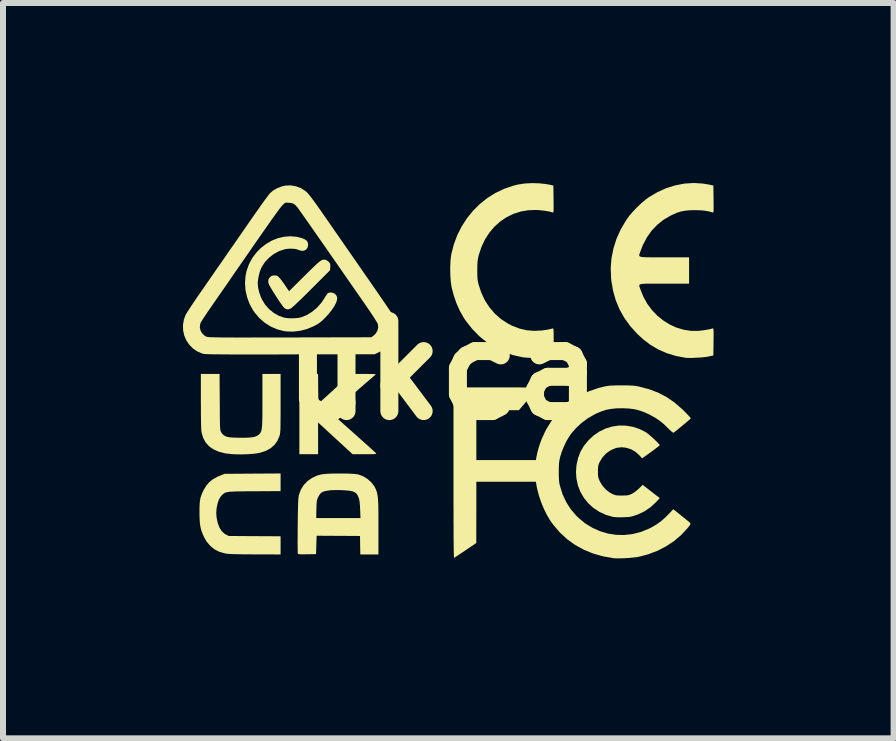
<source format=kicad_pcb>
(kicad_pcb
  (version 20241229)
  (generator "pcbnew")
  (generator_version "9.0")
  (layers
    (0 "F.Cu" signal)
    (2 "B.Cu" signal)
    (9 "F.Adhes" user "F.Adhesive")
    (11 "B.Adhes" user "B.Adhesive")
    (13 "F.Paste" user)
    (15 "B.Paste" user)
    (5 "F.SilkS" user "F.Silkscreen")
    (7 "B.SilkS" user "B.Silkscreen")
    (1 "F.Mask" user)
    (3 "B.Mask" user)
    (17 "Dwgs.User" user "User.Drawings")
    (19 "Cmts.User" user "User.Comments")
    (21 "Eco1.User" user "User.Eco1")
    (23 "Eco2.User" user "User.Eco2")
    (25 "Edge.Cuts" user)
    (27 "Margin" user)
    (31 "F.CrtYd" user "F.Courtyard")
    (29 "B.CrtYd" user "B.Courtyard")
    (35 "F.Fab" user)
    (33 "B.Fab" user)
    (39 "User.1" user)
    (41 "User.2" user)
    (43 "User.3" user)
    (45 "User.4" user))
  (footprint "ukca"
    (layer "F.Cu")
    (at 4.333 3.124)
    (property "Reference" "ukca" (at 0 0 0) (layer "F.SilkS") (effects (font (size 1.5 1.5) (thickness 0.3))))
    (attr board_only exclude_from_pos_files exclude_from_bom)
    (fp_poly (pts (xy -1.965 -1.844) (xy -1.954 -1.842) (xy -1.929 -1.83) (xy -1.903 -1.809) (xy -1.899 -1.805) (xy -1.884 -1.784) (xy -1.877 -1.763) (xy -1.877 -1.734) (xy -1.878 -1.721) (xy -1.882 -1.669) (xy -2.194 -1.357) (xy -2.259 -1.292) (xy -2.321 -1.231) (xy -2.379 -1.175) (xy -2.429 -1.127) (xy -2.472 -1.086) (xy -2.506 -1.056) (xy -2.528 -1.037) (xy -2.537 -1.031) (xy -2.579 -1.017) (xy -2.615 -1.022) (xy -2.647 -1.043) (xy -2.661 -1.059) (xy -2.683 -1.089) (xy -2.712 -1.13) (xy -2.745 -1.178) (xy -2.78 -1.233) (xy -2.794 -1.255) (xy -2.833 -1.316) (xy -2.862 -1.364) (xy -2.883 -1.4) (xy -2.897 -1.427) (xy -2.906 -1.448) (xy -2.91 -1.465) (xy -2.911 -1.481) (xy -2.911 -1.483) (xy -2.908 -1.516) (xy -2.895 -1.54) (xy -2.883 -1.554) (xy -2.86 -1.573) (xy -2.835 -1.581) (xy -2.808 -1.583) (xy -2.778 -1.581) (xy -2.757 -1.573) (xy -2.735 -1.554) (xy -2.727 -1.545) (xy -2.706 -1.522) (xy -2.68 -1.487) (xy -2.65 -1.446) (xy -2.628 -1.414) (xy -2.565 -1.32) (xy -2.306 -1.577) (xy -2.236 -1.646) (xy -2.178 -1.703) (xy -2.13 -1.749) (xy -2.092 -1.784) (xy -2.061 -1.81) (xy -2.037 -1.828) (xy -2.016 -1.839) (xy -1.999 -1.845) (xy -1.982 -1.846)) (stroke (width 0) (type solid)) (fill yes) (layer "F.SilkS"))
    (fp_poly (pts (xy -2.706 1.865) (xy -2.706 2.012) (xy -3.143 2.015) (xy -3.251 2.015) (xy -3.341 2.016) (xy -3.415 2.017) (xy -3.475 2.019) (xy -3.523 2.021) (xy -3.561 2.024) (xy -3.591 2.028) (xy -3.613 2.033) (xy -3.632 2.04) (xy -3.647 2.049) (xy -3.662 2.06) (xy -3.677 2.073) (xy -3.68 2.075) (xy -3.712 2.113) (xy -3.739 2.165) (xy -3.759 2.229) (xy -3.773 2.299) (xy -3.778 2.373) (xy -3.774 2.445) (xy -3.773 2.45) (xy -3.754 2.543) (xy -3.725 2.62) (xy -3.687 2.68) (xy -3.64 2.723) (xy -3.618 2.736) (xy -3.571 2.76) (xy -3.138 2.763) (xy -2.706 2.765) (xy -2.706 2.916) (xy -2.706 3.068) (xy -3.129 3.067) (xy -3.242 3.066) (xy -3.338 3.066) (xy -3.417 3.064) (xy -3.482 3.063) (xy -3.535 3.061) (xy -3.576 3.058) (xy -3.608 3.055) (xy -3.628 3.052) (xy -3.723 3.026) (xy -3.807 2.983) (xy -3.879 2.925) (xy -3.941 2.851) (xy -3.98 2.782) (xy -4.006 2.725) (xy -4.026 2.671) (xy -4.04 2.617) (xy -4.05 2.558) (xy -4.055 2.489) (xy -4.058 2.407) (xy -4.058 2.374) (xy -4.058 2.293) (xy -4.055 2.227) (xy -4.05 2.173) (xy -4.041 2.125) (xy -4.027 2.081) (xy -4.009 2.036) (xy -3.989 1.995) (xy -3.946 1.923) (xy -3.895 1.863) (xy -3.832 1.813) (xy -3.755 1.771) (xy -3.704 1.75) (xy -3.639 1.724) (xy -3.173 1.721) (xy -2.706 1.718)) (stroke (width 0) (type solid)) (fill yes) (layer "F.SilkS"))
    (fp_poly (pts (xy -2.079 0.307) (xy -2.076 0.554) (xy -1.804 0.307) (xy -1.532 0.059) (xy -1.321 0.059) (xy -1.251 0.059) (xy -1.199 0.06) (xy -1.163 0.06) (xy -1.139 0.062) (xy -1.126 0.064) (xy -1.122 0.068) (xy -1.124 0.072) (xy -1.129 0.076) (xy -1.157 0.1) (xy -1.195 0.133) (xy -1.242 0.173) (xy -1.295 0.219) (xy -1.354 0.27) (xy -1.416 0.324) (xy -1.48 0.38) (xy -1.544 0.435) (xy -1.607 0.49) (xy -1.666 0.541) (xy -1.72 0.588) (xy -1.767 0.63) (xy -1.806 0.664) (xy -1.835 0.689) (xy -1.852 0.705) (xy -1.856 0.709) (xy -1.853 0.713) (xy -1.842 0.724) (xy -1.823 0.742) (xy -1.796 0.768) (xy -1.758 0.802) (xy -1.71 0.846) (xy -1.65 0.9) (xy -1.577 0.965) (xy -1.492 1.041) (xy -1.441 1.086) (xy -1.374 1.146) (xy -1.312 1.202) (xy -1.255 1.252) (xy -1.206 1.297) (xy -1.166 1.333) (xy -1.136 1.36) (xy -1.119 1.377) (xy -1.115 1.381) (xy -1.112 1.386) (xy -1.114 1.39) (xy -1.123 1.393) (xy -1.143 1.395) (xy -1.174 1.396) (xy -1.22 1.397) (xy -1.282 1.397) (xy -1.304 1.397) (xy -1.506 1.397) (xy -1.668 1.248) (xy -1.726 1.195) (xy -1.788 1.138) (xy -1.85 1.081) (xy -1.907 1.029) (xy -1.955 0.984) (xy -1.956 0.983) (xy -2.081 0.868) (xy -2.081 1.132) (xy -2.081 1.397) (xy -2.237 1.397) (xy -2.393 1.397) (xy -2.393 0.728) (xy -2.393 0.059) (xy -2.237 0.059) (xy -2.081 0.059)) (stroke (width 0) (type solid)) (fill yes) (layer "F.SilkS"))
    (fp_poly (pts (xy -3.72 0.525) (xy -3.719 0.633) (xy -3.719 0.722) (xy -3.718 0.796) (xy -3.717 0.856) (xy -3.716 0.903) (xy -3.715 0.939) (xy -3.713 0.967) (xy -3.71 0.988) (xy -3.708 1.003) (xy -3.704 1.014) (xy -3.7 1.024) (xy -3.696 1.032) (xy -3.67 1.067) (xy -3.633 1.093) (xy -3.627 1.095) (xy -3.608 1.104) (xy -3.589 1.11) (xy -3.566 1.114) (xy -3.535 1.117) (xy -3.494 1.12) (xy -3.438 1.121) (xy -3.41 1.122) (xy -3.32 1.123) (xy -3.247 1.121) (xy -3.188 1.116) (xy -3.143 1.108) (xy -3.107 1.095) (xy -3.08 1.079) (xy -3.072 1.073) (xy -3.058 1.06) (xy -3.046 1.047) (xy -3.037 1.031) (xy -3.029 1.012) (xy -3.023 0.987) (xy -3.018 0.955) (xy -3.014 0.914) (xy -3.012 0.862) (xy -3.01 0.798) (xy -3.009 0.719) (xy -3.009 0.625) (xy -3.009 0.512) (xy -3.009 0.501) (xy -3.009 0.059) (xy -2.857 0.059) (xy -2.706 0.059) (xy -2.706 0.546) (xy -2.706 0.657) (xy -2.706 0.75) (xy -2.707 0.827) (xy -2.707 0.89) (xy -2.708 0.941) (xy -2.709 0.981) (xy -2.711 1.013) (xy -2.713 1.037) (xy -2.716 1.057) (xy -2.719 1.074) (xy -2.723 1.089) (xy -2.726 1.097) (xy -2.76 1.176) (xy -2.809 1.243) (xy -2.874 1.299) (xy -2.953 1.342) (xy -3.045 1.372) (xy -3.09 1.381) (xy -3.166 1.391) (xy -3.255 1.397) (xy -3.351 1.4) (xy -3.449 1.399) (xy -3.517 1.396) (xy -3.634 1.382) (xy -3.737 1.355) (xy -3.824 1.316) (xy -3.897 1.266) (xy -3.954 1.203) (xy -3.995 1.128) (xy -4.02 1.048) (xy -4.024 1.028) (xy -4.027 1.001) (xy -4.029 0.966) (xy -4.031 0.921) (xy -4.032 0.865) (xy -4.033 0.796) (xy -4.034 0.712) (xy -4.034 0.612) (xy -4.035 0.52) (xy -4.035 0.059) (xy -3.879 0.059) (xy -3.723 0.059)) (stroke (width 0) (type solid)) (fill yes) (layer "F.SilkS"))
    (fp_poly (pts (xy -2.439 -2.227) (xy -2.361 -2.208) (xy -2.309 -2.188) (xy -2.274 -2.165) (xy -2.254 -2.136) (xy -2.247 -2.1) (xy -2.247 -2.094) (xy -2.255 -2.05) (xy -2.277 -2.017) (xy -2.309 -1.997) (xy -2.349 -1.992) (xy -2.394 -2.003) (xy -2.403 -2.007) (xy -2.443 -2.021) (xy -2.495 -2.028) (xy -2.553 -2.029) (xy -2.611 -2.024) (xy -2.64 -2.018) (xy -2.733 -1.987) (xy -2.821 -1.939) (xy -2.9 -1.877) (xy -2.968 -1.804) (xy -3.021 -1.721) (xy -3.037 -1.687) (xy -3.053 -1.642) (xy -3.068 -1.586) (xy -3.079 -1.528) (xy -3.086 -1.475) (xy -3.087 -1.452) (xy -3.081 -1.381) (xy -3.063 -1.302) (xy -3.035 -1.223) (xy -3.016 -1.182) (xy -2.965 -1.098) (xy -2.899 -1.023) (xy -2.823 -0.96) (xy -2.739 -0.912) (xy -2.65 -0.88) (xy -2.643 -0.879) (xy -2.591 -0.871) (xy -2.528 -0.868) (xy -2.464 -0.87) (xy -2.405 -0.876) (xy -2.367 -0.884) (xy -2.272 -0.921) (xy -2.182 -0.976) (xy -2.099 -1.045) (xy -2.027 -1.126) (xy -1.978 -1.2) (xy -1.956 -1.236) (xy -1.935 -1.266) (xy -1.919 -1.286) (xy -1.914 -1.29) (xy -1.876 -1.3) (xy -1.837 -1.294) (xy -1.801 -1.276) (xy -1.774 -1.246) (xy -1.763 -1.216) (xy -1.764 -1.179) (xy -1.779 -1.131) (xy -1.807 -1.076) (xy -1.846 -1.016) (xy -1.895 -0.953) (xy -1.951 -0.89) (xy -1.968 -0.873) (xy -2.01 -0.832) (xy -2.045 -0.802) (xy -2.08 -0.777) (xy -2.119 -0.755) (xy -2.159 -0.734) (xy -2.27 -0.688) (xy -2.385 -0.659) (xy -2.501 -0.646) (xy -2.614 -0.65) (xy -2.647 -0.655) (xy -2.762 -0.684) (xy -2.871 -0.731) (xy -2.971 -0.795) (xy -3.062 -0.874) (xy -3.141 -0.968) (xy -3.165 -1.002) (xy -3.223 -1.108) (xy -3.265 -1.221) (xy -3.291 -1.339) (xy -3.299 -1.459) (xy -3.29 -1.577) (xy -3.272 -1.661) (xy -3.233 -1.77) (xy -3.179 -1.871) (xy -3.112 -1.961) (xy -3.034 -2.041) (xy -2.947 -2.108) (xy -2.853 -2.163) (xy -2.754 -2.203) (xy -2.65 -2.227) (xy -2.545 -2.236)) (stroke (width 0) (type solid)) (fill yes) (layer "F.SilkS"))
    (fp_poly (pts (xy 3.051 0.921) (xy 3.166 0.94) (xy 3.279 0.978) (xy 3.378 1.027) (xy 3.401 1.043) (xy 3.432 1.068) (xy 3.468 1.099) (xy 3.505 1.132) (xy 3.541 1.166) (xy 3.573 1.197) (xy 3.597 1.223) (xy 3.612 1.241) (xy 3.614 1.247) (xy 3.606 1.255) (xy 3.585 1.273) (xy 3.553 1.297) (xy 3.513 1.328) (xy 3.467 1.361) (xy 3.321 1.466) (xy 3.271 1.412) (xy 3.208 1.356) (xy 3.136 1.315) (xy 3.059 1.29) (xy 2.979 1.281) (xy 2.9 1.29) (xy 2.876 1.297) (xy 2.792 1.333) (xy 2.719 1.386) (xy 2.657 1.453) (xy 2.61 1.531) (xy 2.598 1.561) (xy 2.59 1.587) (xy 2.586 1.618) (xy 2.584 1.658) (xy 2.584 1.685) (xy 2.584 1.732) (xy 2.587 1.766) (xy 2.593 1.793) (xy 2.603 1.821) (xy 2.615 1.849) (xy 2.659 1.923) (xy 2.717 1.987) (xy 2.783 2.038) (xy 2.813 2.054) (xy 2.842 2.068) (xy 2.867 2.077) (xy 2.892 2.083) (xy 2.924 2.085) (xy 2.967 2.086) (xy 2.984 2.086) (xy 3.033 2.085) (xy 3.069 2.083) (xy 3.095 2.079) (xy 3.119 2.071) (xy 3.146 2.059) (xy 3.15 2.057) (xy 3.189 2.034) (xy 3.233 2) (xy 3.268 1.969) (xy 3.329 1.908) (xy 3.472 2.018) (xy 3.615 2.129) (xy 3.55 2.198) (xy 3.461 2.28) (xy 3.361 2.348) (xy 3.255 2.399) (xy 3.219 2.412) (xy 3.173 2.427) (xy 3.136 2.437) (xy 3.099 2.443) (xy 3.056 2.446) (xy 3.001 2.448) (xy 2.999 2.448) (xy 2.948 2.449) (xy 2.899 2.448) (xy 2.859 2.445) (xy 2.834 2.442) (xy 2.716 2.408) (xy 2.608 2.358) (xy 2.51 2.294) (xy 2.424 2.216) (xy 2.352 2.128) (xy 2.294 2.029) (xy 2.251 1.921) (xy 2.226 1.807) (xy 2.218 1.698) (xy 2.226 1.58) (xy 2.251 1.466) (xy 2.291 1.359) (xy 2.346 1.264) (xy 2.346 1.263) (xy 2.425 1.166) (xy 2.513 1.084) (xy 2.61 1.018) (xy 2.715 0.968) (xy 2.824 0.935) (xy 2.937 0.919)) (stroke (width 0) (type solid)) (fill yes) (layer "F.SilkS"))
    (fp_poly (pts (xy -1.655 1.719) (xy -1.583 1.72) (xy -1.519 1.723) (xy -1.465 1.727) (xy -1.425 1.732) (xy -1.412 1.734) (xy -1.332 1.764) (xy -1.258 1.809) (xy -1.194 1.866) (xy -1.144 1.931) (xy -1.13 1.957) (xy -1.118 1.983) (xy -1.108 2.008) (xy -1.099 2.035) (xy -1.093 2.064) (xy -1.087 2.098) (xy -1.083 2.139) (xy -1.08 2.189) (xy -1.077 2.249) (xy -1.076 2.322) (xy -1.075 2.408) (xy -1.075 2.511) (xy -1.075 2.609) (xy -1.075 3.068) (xy -1.226 3.068) (xy -1.377 3.068) (xy -1.38 2.914) (xy -1.382 2.76) (xy -1.744 2.758) (xy -2.105 2.756) (xy -2.11 2.909) (xy -2.115 3.063) (xy -2.264 3.065) (xy -2.323 3.066) (xy -2.364 3.066) (xy -2.392 3.064) (xy -2.408 3.061) (xy -2.417 3.057) (xy -2.419 3.053) (xy -2.42 3.041) (xy -2.421 3.011) (xy -2.421 2.965) (xy -2.422 2.906) (xy -2.422 2.836) (xy -2.421 2.755) (xy -2.421 2.668) (xy -2.42 2.587) (xy -2.419 2.477) (xy -2.419 2.462) (xy -2.112 2.462) (xy -1.743 2.462) (xy -1.374 2.462) (xy -1.38 2.318) (xy -1.383 2.254) (xy -1.387 2.205) (xy -1.393 2.167) (xy -1.4 2.136) (xy -1.406 2.119) (xy -1.424 2.078) (xy -1.444 2.05) (xy -1.471 2.031) (xy -1.505 2.017) (xy -1.538 2.009) (xy -1.587 2.003) (xy -1.646 1.998) (xy -1.71 1.995) (xy -1.776 1.995) (xy -1.838 1.996) (xy -1.892 2) (xy -1.899 2.001) (xy -1.956 2.01) (xy -1.998 2.022) (xy -2.029 2.04) (xy -2.053 2.066) (xy -2.074 2.102) (xy -2.076 2.105) (xy -2.087 2.129) (xy -2.095 2.149) (xy -2.101 2.171) (xy -2.104 2.199) (xy -2.106 2.236) (xy -2.108 2.287) (xy -2.109 2.313) (xy -2.112 2.462) (xy -2.419 2.462) (xy -2.418 2.385) (xy -2.416 2.309) (xy -2.415 2.246) (xy -2.413 2.196) (xy -2.411 2.157) (xy -2.408 2.125) (xy -2.405 2.101) (xy -2.402 2.081) (xy -2.399 2.071) (xy -2.367 1.986) (xy -2.319 1.91) (xy -2.257 1.844) (xy -2.181 1.792) (xy -2.094 1.752) (xy -2.027 1.734) (xy -1.99 1.729) (xy -1.938 1.724) (xy -1.875 1.721) (xy -1.805 1.719) (xy -1.73 1.719)) (stroke (width 0) (type solid)) (fill yes) (layer "F.SilkS"))
    (fp_poly (pts (xy 1.611 -3.118) (xy 1.733 -3.104) (xy 1.788 -3.093) (xy 1.841 -3.081) (xy 1.844 -2.853) (xy 1.845 -2.781) (xy 1.845 -2.726) (xy 1.845 -2.686) (xy 1.844 -2.659) (xy 1.842 -2.642) (xy 1.839 -2.634) (xy 1.834 -2.631) (xy 1.829 -2.632) (xy 1.787 -2.645) (xy 1.731 -2.656) (xy 1.665 -2.665) (xy 1.595 -2.672) (xy 1.558 -2.674) (xy 1.425 -2.67) (xy 1.296 -2.648) (xy 1.174 -2.609) (xy 1.06 -2.553) (xy 0.955 -2.482) (xy 0.859 -2.396) (xy 0.774 -2.296) (xy 0.702 -2.184) (xy 0.643 -2.06) (xy 0.598 -1.925) (xy 0.589 -1.885) (xy 0.582 -1.849) (xy 0.577 -1.811) (xy 0.574 -1.767) (xy 0.573 -1.71) (xy 0.573 -1.675) (xy 0.573 -1.612) (xy 0.574 -1.562) (xy 0.577 -1.523) (xy 0.582 -1.488) (xy 0.59 -1.453) (xy 0.594 -1.433) (xy 0.64 -1.294) (xy 0.701 -1.165) (xy 0.777 -1.049) (xy 0.866 -0.945) (xy 0.969 -0.855) (xy 1.084 -0.78) (xy 1.156 -0.743) (xy 1.276 -0.697) (xy 1.398 -0.669) (xy 1.525 -0.659) (xy 1.657 -0.666) (xy 1.744 -0.679) (xy 1.78 -0.687) (xy 1.811 -0.694) (xy 1.829 -0.699) (xy 1.829 -0.699) (xy 1.835 -0.7) (xy 1.839 -0.697) (xy 1.842 -0.687) (xy 1.844 -0.668) (xy 1.845 -0.639) (xy 1.846 -0.596) (xy 1.846 -0.537) (xy 1.846 -0.479) (xy 1.846 -0.403) (xy 1.845 -0.344) (xy 1.844 -0.301) (xy 1.841 -0.272) (xy 1.838 -0.255) (xy 1.834 -0.249) (xy 1.785 -0.235) (xy 1.722 -0.224) (xy 1.648 -0.215) (xy 1.569 -0.21) (xy 1.488 -0.209) (xy 1.412 -0.211) (xy 1.343 -0.217) (xy 1.325 -0.22) (xy 1.167 -0.255) (xy 1.015 -0.309) (xy 0.87 -0.38) (xy 0.733 -0.467) (xy 0.606 -0.57) (xy 0.49 -0.689) (xy 0.385 -0.821) (xy 0.347 -0.878) (xy 0.283 -0.99) (xy 0.227 -1.115) (xy 0.181 -1.247) (xy 0.146 -1.382) (xy 0.14 -1.412) (xy 0.131 -1.479) (xy 0.125 -1.559) (xy 0.122 -1.646) (xy 0.122 -1.735) (xy 0.126 -1.82) (xy 0.133 -1.894) (xy 0.14 -1.939) (xy 0.182 -2.101) (xy 0.24 -2.256) (xy 0.314 -2.402) (xy 0.402 -2.538) (xy 0.503 -2.662) (xy 0.617 -2.775) (xy 0.741 -2.874) (xy 0.876 -2.958) (xy 1.02 -3.026) (xy 1.171 -3.078) (xy 1.246 -3.097) (xy 1.36 -3.115) (xy 1.485 -3.122)) (stroke (width 0) (type solid)) (fill yes) (layer "F.SilkS"))
    (fp_poly (pts (xy 4.334 -3.114) (xy 4.425 -3.099) (xy 4.508 -3.082) (xy 4.511 -2.854) (xy 4.512 -2.782) (xy 4.512 -2.727) (xy 4.512 -2.687) (xy 4.511 -2.659) (xy 4.509 -2.642) (xy 4.506 -2.634) (xy 4.501 -2.631) (xy 4.496 -2.632) (xy 4.437 -2.649) (xy 4.38 -2.66) (xy 4.321 -2.667) (xy 4.254 -2.67) (xy 4.196 -2.671) (xy 4.11 -2.669) (xy 4.037 -2.662) (xy 3.972 -2.65) (xy 3.908 -2.63) (xy 3.84 -2.601) (xy 3.795 -2.58) (xy 3.678 -2.511) (xy 3.572 -2.427) (xy 3.479 -2.329) (xy 3.4 -2.217) (xy 3.335 -2.094) (xy 3.298 -2.001) (xy 3.288 -1.973) (xy 3.279 -1.95) (xy 3.274 -1.931) (xy 3.272 -1.917) (xy 3.277 -1.905) (xy 3.29 -1.897) (xy 3.312 -1.891) (xy 3.344 -1.888) (xy 3.389 -1.886) (xy 3.447 -1.885) (xy 3.521 -1.885) (xy 3.612 -1.885) (xy 3.688 -1.885) (xy 4.103 -1.885) (xy 4.103 -1.666) (xy 4.103 -1.446) (xy 3.688 -1.446) (xy 3.585 -1.446) (xy 3.499 -1.446) (xy 3.43 -1.446) (xy 3.376 -1.445) (xy 3.335 -1.443) (xy 3.306 -1.439) (xy 3.287 -1.434) (xy 3.276 -1.426) (xy 3.273 -1.415) (xy 3.274 -1.401) (xy 3.28 -1.384) (xy 3.288 -1.363) (xy 3.293 -1.347) (xy 3.343 -1.224) (xy 3.407 -1.109) (xy 3.485 -1.005) (xy 3.574 -0.912) (xy 3.673 -0.832) (xy 3.78 -0.765) (xy 3.894 -0.713) (xy 4.013 -0.678) (xy 4.135 -0.659) (xy 4.259 -0.659) (xy 4.264 -0.66) (xy 4.309 -0.664) (xy 4.359 -0.671) (xy 4.41 -0.68) (xy 4.454 -0.688) (xy 4.488 -0.697) (xy 4.499 -0.7) (xy 4.504 -0.7) (xy 4.507 -0.693) (xy 4.51 -0.678) (xy 4.511 -0.652) (xy 4.512 -0.614) (xy 4.512 -0.561) (xy 4.511 -0.491) (xy 4.511 -0.477) (xy 4.508 -0.249) (xy 4.43 -0.232) (xy 4.392 -0.225) (xy 4.34 -0.219) (xy 4.28 -0.214) (xy 4.216 -0.211) (xy 4.154 -0.208) (xy 4.099 -0.208) (xy 4.056 -0.209) (xy 4.04 -0.211) (xy 3.878 -0.242) (xy 3.729 -0.288) (xy 3.591 -0.348) (xy 3.461 -0.424) (xy 3.338 -0.518) (xy 3.238 -0.61) (xy 3.122 -0.739) (xy 3.024 -0.874) (xy 2.944 -1.017) (xy 2.881 -1.168) (xy 2.836 -1.328) (xy 2.807 -1.497) (xy 2.803 -1.539) (xy 2.797 -1.707) (xy 2.81 -1.873) (xy 2.843 -2.036) (xy 2.894 -2.196) (xy 2.965 -2.353) (xy 3.055 -2.505) (xy 3.059 -2.511) (xy 3.106 -2.576) (xy 3.166 -2.646) (xy 3.233 -2.716) (xy 3.303 -2.783) (xy 3.372 -2.842) (xy 3.434 -2.888) (xy 3.577 -2.972) (xy 3.724 -3.038) (xy 3.875 -3.085) (xy 4.027 -3.114) (xy 4.18 -3.124)) (stroke (width 0) (type solid)) (fill yes) (layer "F.SilkS"))
    (fp_poly (pts (xy 3.053 0.25) (xy 3.111 0.251) (xy 3.157 0.254) (xy 3.197 0.257) (xy 3.233 0.262) (xy 3.271 0.27) (xy 3.279 0.272) (xy 3.44 0.315) (xy 3.588 0.371) (xy 3.726 0.443) (xy 3.855 0.531) (xy 3.978 0.637) (xy 4.013 0.67) (xy 4.052 0.71) (xy 4.086 0.745) (xy 4.112 0.773) (xy 4.128 0.792) (xy 4.132 0.799) (xy 4.125 0.807) (xy 4.106 0.825) (xy 4.076 0.85) (xy 4.041 0.88) (xy 4.001 0.913) (xy 3.96 0.947) (xy 3.921 0.979) (xy 3.887 1.006) (xy 3.86 1.027) (xy 3.843 1.038) (xy 3.843 1.039) (xy 3.831 1.035) (xy 3.81 1.018) (xy 3.78 0.991) (xy 3.755 0.966) (xy 3.682 0.895) (xy 3.611 0.838) (xy 3.537 0.788) (xy 3.453 0.742) (xy 3.444 0.737) (xy 3.354 0.696) (xy 3.272 0.667) (xy 3.191 0.647) (xy 3.104 0.636) (xy 3.005 0.631) (xy 2.989 0.631) (xy 2.889 0.633) (xy 2.802 0.642) (xy 2.722 0.657) (xy 2.645 0.682) (xy 2.564 0.716) (xy 2.525 0.735) (xy 2.415 0.799) (xy 2.311 0.876) (xy 2.216 0.964) (xy 2.136 1.057) (xy 2.111 1.093) (xy 2.063 1.172) (xy 2.019 1.263) (xy 1.981 1.356) (xy 1.957 1.433) (xy 1.947 1.474) (xy 1.94 1.51) (xy 1.935 1.547) (xy 1.933 1.591) (xy 1.931 1.645) (xy 1.931 1.685) (xy 1.931 1.751) (xy 1.933 1.802) (xy 1.936 1.844) (xy 1.941 1.881) (xy 1.949 1.918) (xy 1.951 1.925) (xy 1.995 2.066) (xy 2.055 2.195) (xy 2.129 2.312) (xy 2.22 2.419) (xy 2.261 2.459) (xy 2.373 2.551) (xy 2.494 2.625) (xy 2.62 2.681) (xy 2.752 2.72) (xy 2.887 2.741) (xy 3.023 2.744) (xy 3.16 2.728) (xy 3.297 2.694) (xy 3.43 2.64) (xy 3.469 2.621) (xy 3.56 2.568) (xy 3.643 2.508) (xy 3.723 2.436) (xy 3.76 2.398) (xy 3.84 2.314) (xy 3.975 2.422) (xy 4.02 2.458) (xy 4.059 2.49) (xy 4.092 2.517) (xy 4.114 2.536) (xy 4.122 2.545) (xy 4.126 2.554) (xy 4.123 2.567) (xy 4.111 2.587) (xy 4.087 2.617) (xy 4.078 2.629) (xy 3.972 2.743) (xy 3.852 2.845) (xy 3.719 2.933) (xy 3.576 3.007) (xy 3.423 3.065) (xy 3.268 3.106) (xy 3.22 3.114) (xy 3.16 3.121) (xy 3.092 3.127) (xy 3.022 3.131) (xy 2.955 3.133) (xy 2.896 3.133) (xy 2.85 3.131) (xy 2.843 3.13) (xy 2.667 3.099) (xy 2.502 3.052) (xy 2.348 2.989) (xy 2.204 2.91) (xy 2.072 2.815) (xy 1.952 2.705) (xy 1.844 2.579) (xy 1.788 2.502) (xy 1.735 2.413) (xy 1.684 2.31) (xy 1.638 2.199) (xy 1.6 2.087) (xy 1.572 1.979) (xy 1.565 1.947) (xy 1.549 1.856) (xy 1.053 1.856) (xy 0.557 1.856) (xy 0.557 2.367) (xy 0.556 2.877) (xy 0.376 2.999) (xy 0.323 3.035) (xy 0.276 3.066) (xy 0.236 3.093) (xy 0.206 3.112) (xy 0.189 3.123) (xy 0.186 3.124) (xy 0.184 3.116) (xy 0.183 3.088) (xy 0.181 3.042) (xy 0.18 2.977) (xy 0.179 2.893) (xy 0.178 2.789) (xy 0.178 2.667) (xy 0.177 2.526) (xy 0.177 2.365) (xy 0.176 2.185) (xy 0.176 1.986) (xy 0.176 1.768) (xy 0.176 1.706) (xy 0.176 0.283) (xy 0.879 0.283) (xy 0.995 0.283) (xy 1.104 0.284) (xy 1.206 0.284) (xy 1.299 0.284) (xy 1.381 0.285) (xy 1.452 0.286) (xy 1.509 0.286) (xy 1.551 0.287) (xy 1.576 0.288) (xy 1.583 0.289) (xy 1.577 0.297) (xy 1.559 0.319) (xy 1.533 0.351) (xy 1.499 0.391) (xy 1.459 0.439) (xy 1.424 0.479) (xy 1.266 0.664) (xy 0.911 0.664) (xy 0.557 0.664) (xy 0.557 1.079) (xy 0.557 1.495) (xy 1.054 1.495) (xy 1.551 1.495) (xy 1.557 1.453) (xy 1.572 1.377) (xy 1.595 1.291) (xy 1.624 1.203) (xy 1.648 1.14) (xy 1.718 0.989) (xy 1.804 0.85) (xy 1.905 0.722) (xy 2.019 0.608) (xy 2.145 0.506) (xy 2.283 0.42) (xy 2.431 0.349) (xy 2.587 0.295) (xy 2.677 0.272) (xy 2.716 0.264) (xy 2.753 0.258) (xy 2.791 0.254) (xy 2.835 0.252) (xy 2.889 0.25) (xy 2.957 0.25) (xy 2.98 0.25)) (stroke (width 0) (type solid)) (fill yes) (layer "F.SilkS"))
    (fp_poly (pts (xy -2.453 -3.07) (xy -2.369 -3.039) (xy -2.294 -2.991) (xy -2.261 -2.963) (xy -2.244 -2.943) (xy -2.217 -2.91) (xy -2.183 -2.866) (xy -2.143 -2.812) (xy -2.099 -2.751) (xy -2.053 -2.685) (xy -2.023 -2.643) (xy -1.888 -2.449) (xy -1.764 -2.27) (xy -1.651 -2.107) (xy -1.547 -1.957) (xy -1.452 -1.821) (xy -1.367 -1.698) (xy -1.29 -1.586) (xy -1.22 -1.487) (xy -1.159 -1.397) (xy -1.104 -1.319) (xy -1.056 -1.249) (xy -1.015 -1.189) (xy -0.979 -1.136) (xy -0.948 -1.091) (xy -0.922 -1.053) (xy -0.901 -1.021) (xy -0.883 -0.995) (xy -0.869 -0.973) (xy -0.858 -0.956) (xy -0.85 -0.942) (xy -0.843 -0.931) (xy -0.839 -0.923) (xy -0.836 -0.916) (xy -0.833 -0.91) (xy -0.831 -0.904) (xy -0.829 -0.898) (xy -0.827 -0.894) (xy -0.813 -0.843) (xy -0.805 -0.78) (xy -0.802 -0.713) (xy -0.806 -0.649) (xy -0.815 -0.601) (xy -0.85 -0.51) (xy -0.898 -0.433) (xy -0.961 -0.369) (xy -1.038 -0.317) (xy -1.062 -0.305) (xy -1.138 -0.269) (xy -2.55 -0.267) (xy -2.744 -0.266) (xy -2.92 -0.266) (xy -3.078 -0.266) (xy -3.219 -0.266) (xy -3.345 -0.266) (xy -3.456 -0.266) (xy -3.554 -0.266) (xy -3.638 -0.267) (xy -3.711 -0.267) (xy -3.774 -0.268) (xy -3.826 -0.268) (xy -3.87 -0.269) (xy -3.906 -0.27) (xy -3.935 -0.271) (xy -3.958 -0.273) (xy -3.976 -0.274) (xy -3.99 -0.276) (xy -4.001 -0.278) (xy -4.011 -0.281) (xy -4.017 -0.283) (xy -4.1 -0.319) (xy -4.172 -0.37) (xy -4.232 -0.433) (xy -4.28 -0.505) (xy -4.313 -0.585) (xy -4.331 -0.67) (xy -4.332 -0.718) (xy -4.052 -0.718) (xy -4.041 -0.667) (xy -4.015 -0.62) (xy -3.977 -0.582) (xy -3.952 -0.567) (xy -3.947 -0.564) (xy -3.94 -0.561) (xy -3.932 -0.559) (xy -3.922 -0.557) (xy -3.908 -0.556) (xy -3.889 -0.554) (xy -3.865 -0.553) (xy -3.834 -0.552) (xy -3.796 -0.551) (xy -3.75 -0.55) (xy -3.694 -0.549) (xy -3.627 -0.549) (xy -3.549 -0.549) (xy -3.459 -0.548) (xy -3.355 -0.548) (xy -3.237 -0.548) (xy -3.104 -0.549) (xy -2.954 -0.549) (xy -2.787 -0.549) (xy -2.602 -0.549) (xy -2.554 -0.549) (xy -1.195 -0.552) (xy -1.16 -0.576) (xy -1.119 -0.615) (xy -1.092 -0.663) (xy -1.079 -0.716) (xy -1.084 -0.769) (xy -1.084 -0.77) (xy -1.092 -0.788) (xy -1.111 -0.82) (xy -1.139 -0.866) (xy -1.176 -0.922) (xy -1.221 -0.989) (xy -1.272 -1.064) (xy -1.307 -1.115) (xy -1.459 -1.333) (xy -1.6 -1.536) (xy -1.729 -1.722) (xy -1.848 -1.893) (xy -1.955 -2.047) (xy -2.052 -2.186) (xy -2.138 -2.309) (xy -2.212 -2.416) (xy -2.276 -2.507) (xy -2.329 -2.582) (xy -2.371 -2.641) (xy -2.402 -2.685) (xy -2.422 -2.713) (xy -2.43 -2.723) (xy -2.466 -2.762) (xy -2.504 -2.784) (xy -2.55 -2.793) (xy -2.572 -2.794) (xy -2.584 -2.795) (xy -2.594 -2.796) (xy -2.603 -2.797) (xy -2.611 -2.797) (xy -2.62 -2.796) (xy -2.629 -2.792) (xy -2.64 -2.785) (xy -2.653 -2.775) (xy -2.668 -2.76) (xy -2.686 -2.74) (xy -2.707 -2.714) (xy -2.733 -2.681) (xy -2.763 -2.64) (xy -2.798 -2.592) (xy -2.839 -2.535) (xy -2.886 -2.468) (xy -2.94 -2.391) (xy -3.002 -2.302) (xy -3.072 -2.202) (xy -3.15 -2.09) (xy -3.237 -1.964) (xy -3.334 -1.824) (xy -3.441 -1.67) (xy -3.531 -1.539) (xy -3.617 -1.414) (xy -3.693 -1.305) (xy -3.759 -1.21) (xy -3.816 -1.128) (xy -3.864 -1.058) (xy -3.905 -0.998) (xy -3.939 -0.949) (xy -3.966 -0.908) (xy -3.988 -0.875) (xy -4.005 -0.849) (xy -4.018 -0.828) (xy -4.028 -0.812) (xy -4.035 -0.8) (xy -4.039 -0.791) (xy -4.042 -0.782) (xy -4.045 -0.775) (xy -4.046 -0.77) (xy -4.052 -0.718) (xy -4.332 -0.718) (xy -4.333 -0.758) (xy -4.318 -0.846) (xy -4.29 -0.923) (xy -4.278 -0.945) (xy -4.256 -0.98) (xy -4.226 -1.027) (xy -4.189 -1.083) (xy -4.147 -1.146) (xy -4.102 -1.213) (xy -4.062 -1.27) (xy -4.01 -1.345) (xy -3.95 -1.432) (xy -3.883 -1.528) (xy -3.814 -1.628) (xy -3.745 -1.728) (xy -3.677 -1.824) (xy -3.616 -1.913) (xy -3.615 -1.915) (xy -3.552 -2.006) (xy -3.482 -2.105) (xy -3.41 -2.21) (xy -3.336 -2.316) (xy -3.266 -2.418) (xy -3.2 -2.512) (xy -3.147 -2.589) (xy -3.096 -2.661) (xy -3.048 -2.73) (xy -3.003 -2.793) (xy -2.962 -2.849) (xy -2.928 -2.895) (xy -2.902 -2.93) (xy -2.885 -2.951) (xy -2.883 -2.953) (xy -2.831 -2.997) (xy -2.767 -3.035) (xy -2.695 -3.064) (xy -2.63 -3.08) (xy -2.541 -3.084)) (stroke (width 0) (type solid)) (fill yes) (layer "F.SilkS")))
  (gr_rect
    (start -3 -3)
    (end 11.845 9.257)
    (stroke (width 0.1) (type default))
    (fill no)
    (layer "Edge.Cuts")))
</source>
